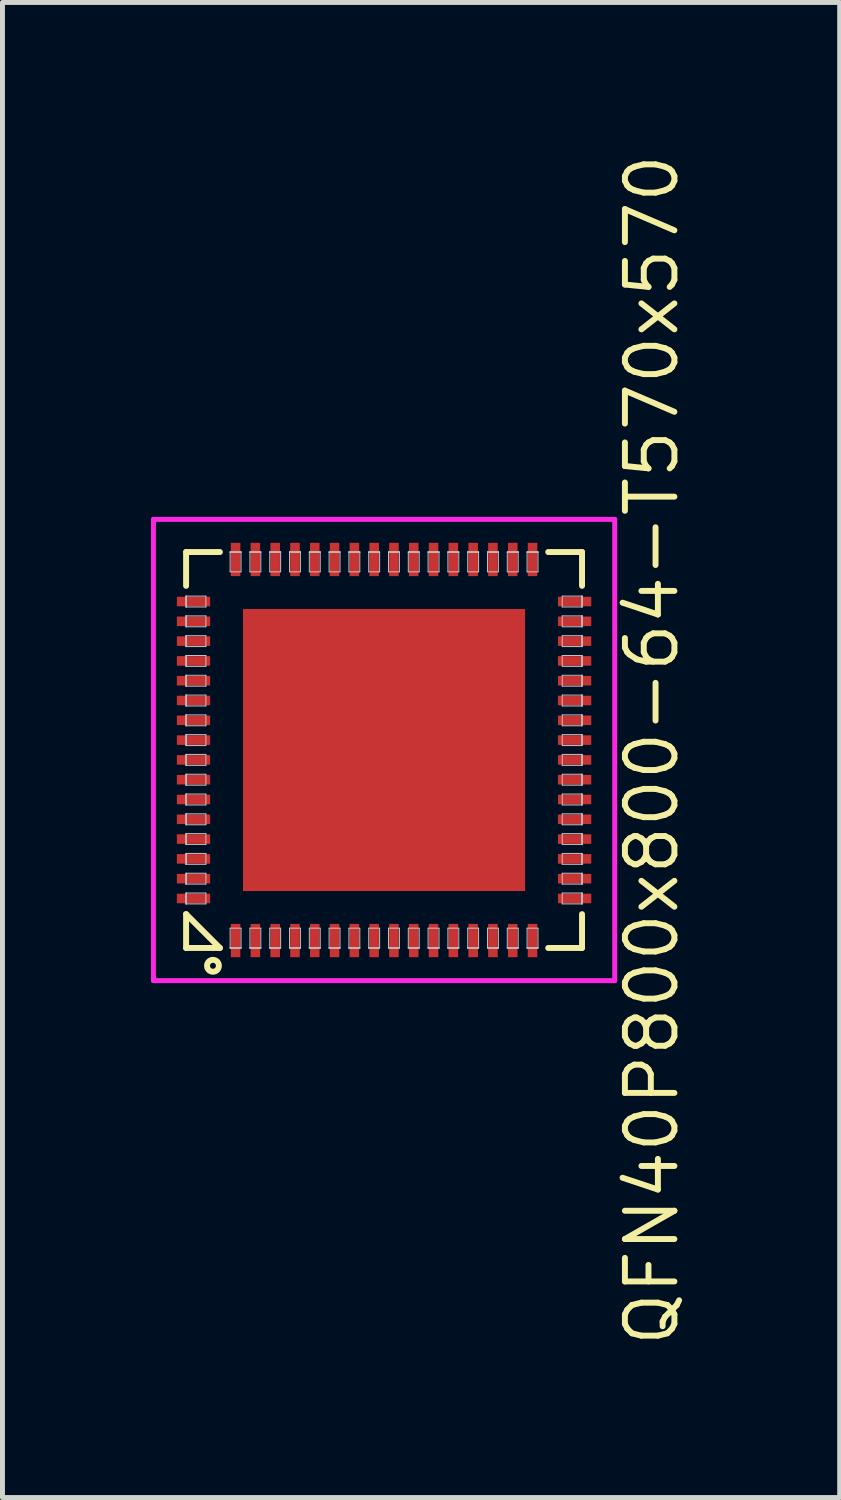
<source format=kicad_pcb>
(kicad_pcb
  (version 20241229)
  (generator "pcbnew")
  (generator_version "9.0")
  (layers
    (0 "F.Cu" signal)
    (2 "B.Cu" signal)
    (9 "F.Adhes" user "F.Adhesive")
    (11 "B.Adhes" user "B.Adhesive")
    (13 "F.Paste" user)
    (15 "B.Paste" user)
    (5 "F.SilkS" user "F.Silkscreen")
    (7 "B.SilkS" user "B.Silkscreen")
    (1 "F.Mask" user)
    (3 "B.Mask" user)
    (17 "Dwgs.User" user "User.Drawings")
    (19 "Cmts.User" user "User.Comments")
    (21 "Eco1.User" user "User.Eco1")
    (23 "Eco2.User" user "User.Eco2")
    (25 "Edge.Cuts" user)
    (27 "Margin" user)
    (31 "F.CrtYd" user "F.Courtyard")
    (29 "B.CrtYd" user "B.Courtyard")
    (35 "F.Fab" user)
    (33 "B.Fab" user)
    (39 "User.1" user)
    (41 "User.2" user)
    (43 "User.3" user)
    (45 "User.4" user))
  (footprint "QFN40P800x800-64-T570x570"
    (layer "F.Cu")
    (at 4.71 12.104)
    (property "Reference" "QFN40P800x800-64-T570x570" (at 5.41 0 90) (layer "F.SilkS") (effects (font (size 1 1) (thickness 0.12))))
    (attr through_hole)
    (fp_line (start -4 -4) (end -4 -3.317) (stroke (width 0.12) (type solid)) (layer "F.SilkS"))
    (fp_line (start -4 -4) (end -3.317 -4) (stroke (width 0.12) (type solid)) (layer "F.SilkS"))
    (fp_line (start -4 3.317) (end -3.317 4) (stroke (width 0.12) (type solid)) (layer "F.SilkS"))
    (fp_line (start -4 4) (end -4 3.317) (stroke (width 0.12) (type solid)) (layer "F.SilkS"))
    (fp_line (start -4 4) (end -3.317 4) (stroke (width 0.12) (type solid)) (layer "F.SilkS"))
    (fp_line (start 4 -4) (end 3.317 -4) (stroke (width 0.12) (type solid)) (layer "F.SilkS"))
    (fp_line (start 4 -4) (end 4 -3.317) (stroke (width 0.12) (type solid)) (layer "F.SilkS"))
    (fp_line (start 4 4) (end 3.317 4) (stroke (width 0.12) (type solid)) (layer "F.SilkS"))
    (fp_line (start 4 4) (end 4 3.317) (stroke (width 0.12) (type solid)) (layer "F.SilkS"))
    (fp_circle (center -3.457 4.36) (end -3.337 4.36) (stroke (width 0.12) (type solid)) (fill no) (layer "F.SilkS"))
    (fp_line (start -4 -3.11) (end -4 -3.11) (stroke (width 0.02) (type solid)) (layer "Dwgs.User"))
    (fp_line (start -4 -3.11) (end -4 -2.89) (stroke (width 0.02) (type solid)) (layer "Dwgs.User"))
    (fp_line (start -4 -3.11) (end -3.6 -3.11) (stroke (width 0.02) (type solid)) (layer "Dwgs.User"))
    (fp_line (start -4 -2.89) (end -4 -3.11) (stroke (width 0.02) (type solid)) (layer "Dwgs.User"))
    (fp_line (start -4 -2.89) (end -4 -3.11) (stroke (width 0.02) (type solid)) (layer "Dwgs.User"))
    (fp_line (start -4 -2.89) (end -4 -2.89) (stroke (width 0.02) (type solid)) (layer "Dwgs.User"))
    (fp_line (start -4 -2.71) (end -4 -2.71) (stroke (width 0.02) (type solid)) (layer "Dwgs.User"))
    (fp_line (start -4 -2.71) (end -4 -2.49) (stroke (width 0.02) (type solid)) (layer "Dwgs.User"))
    (fp_line (start -4 -2.71) (end -3.6 -2.71) (stroke (width 0.02) (type solid)) (layer "Dwgs.User"))
    (fp_line (start -4 -2.49) (end -4 -2.71) (stroke (width 0.02) (type solid)) (layer "Dwgs.User"))
    (fp_line (start -4 -2.49) (end -4 -2.71) (stroke (width 0.02) (type solid)) (layer "Dwgs.User"))
    (fp_line (start -4 -2.49) (end -4 -2.49) (stroke (width 0.02) (type solid)) (layer "Dwgs.User"))
    (fp_line (start -4 -2.31) (end -4 -2.31) (stroke (width 0.02) (type solid)) (layer "Dwgs.User"))
    (fp_line (start -4 -2.31) (end -4 -2.09) (stroke (width 0.02) (type solid)) (layer "Dwgs.User"))
    (fp_line (start -4 -2.31) (end -3.6 -2.31) (stroke (width 0.02) (type solid)) (layer "Dwgs.User"))
    (fp_line (start -4 -2.09) (end -4 -2.31) (stroke (width 0.02) (type solid)) (layer "Dwgs.User"))
    (fp_line (start -4 -2.09) (end -4 -2.31) (stroke (width 0.02) (type solid)) (layer "Dwgs.User"))
    (fp_line (start -4 -2.09) (end -4 -2.09) (stroke (width 0.02) (type solid)) (layer "Dwgs.User"))
    (fp_line (start -4 -1.91) (end -4 -1.91) (stroke (width 0.02) (type solid)) (layer "Dwgs.User"))
    (fp_line (start -4 -1.91) (end -4 -1.69) (stroke (width 0.02) (type solid)) (layer "Dwgs.User"))
    (fp_line (start -4 -1.91) (end -3.6 -1.91) (stroke (width 0.02) (type solid)) (layer "Dwgs.User"))
    (fp_line (start -4 -1.69) (end -4 -1.91) (stroke (width 0.02) (type solid)) (layer "Dwgs.User"))
    (fp_line (start -4 -1.69) (end -4 -1.91) (stroke (width 0.02) (type solid)) (layer "Dwgs.User"))
    (fp_line (start -4 -1.69) (end -4 -1.69) (stroke (width 0.02) (type solid)) (layer "Dwgs.User"))
    (fp_line (start -4 -1.51) (end -4 -1.51) (stroke (width 0.02) (type solid)) (layer "Dwgs.User"))
    (fp_line (start -4 -1.51) (end -4 -1.29) (stroke (width 0.02) (type solid)) (layer "Dwgs.User"))
    (fp_line (start -4 -1.51) (end -3.6 -1.51) (stroke (width 0.02) (type solid)) (layer "Dwgs.User"))
    (fp_line (start -4 -1.29) (end -4 -1.51) (stroke (width 0.02) (type solid)) (layer "Dwgs.User"))
    (fp_line (start -4 -1.29) (end -4 -1.51) (stroke (width 0.02) (type solid)) (layer "Dwgs.User"))
    (fp_line (start -4 -1.29) (end -4 -1.29) (stroke (width 0.02) (type solid)) (layer "Dwgs.User"))
    (fp_line (start -4 -1.11) (end -4 -1.11) (stroke (width 0.02) (type solid)) (layer "Dwgs.User"))
    (fp_line (start -4 -1.11) (end -4 -0.89) (stroke (width 0.02) (type solid)) (layer "Dwgs.User"))
    (fp_line (start -4 -1.11) (end -3.6 -1.11) (stroke (width 0.02) (type solid)) (layer "Dwgs.User"))
    (fp_line (start -4 -0.89) (end -4 -1.11) (stroke (width 0.02) (type solid)) (layer "Dwgs.User"))
    (fp_line (start -4 -0.89) (end -4 -1.11) (stroke (width 0.02) (type solid)) (layer "Dwgs.User"))
    (fp_line (start -4 -0.89) (end -4 -0.89) (stroke (width 0.02) (type solid)) (layer "Dwgs.User"))
    (fp_line (start -4 -0.71) (end -4 -0.71) (stroke (width 0.02) (type solid)) (layer "Dwgs.User"))
    (fp_line (start -4 -0.71) (end -4 -0.49) (stroke (width 0.02) (type solid)) (layer "Dwgs.User"))
    (fp_line (start -4 -0.71) (end -3.6 -0.71) (stroke (width 0.02) (type solid)) (layer "Dwgs.User"))
    (fp_line (start -4 -0.49) (end -4 -0.71) (stroke (width 0.02) (type solid)) (layer "Dwgs.User"))
    (fp_line (start -4 -0.49) (end -4 -0.71) (stroke (width 0.02) (type solid)) (layer "Dwgs.User"))
    (fp_line (start -4 -0.49) (end -4 -0.49) (stroke (width 0.02) (type solid)) (layer "Dwgs.User"))
    (fp_line (start -4 -0.31) (end -4 -0.31) (stroke (width 0.02) (type solid)) (layer "Dwgs.User"))
    (fp_line (start -4 -0.31) (end -4 -0.09) (stroke (width 0.02) (type solid)) (layer "Dwgs.User"))
    (fp_line (start -4 -0.31) (end -3.6 -0.31) (stroke (width 0.02) (type solid)) (layer "Dwgs.User"))
    (fp_line (start -4 -0.09) (end -4 -0.31) (stroke (width 0.02) (type solid)) (layer "Dwgs.User"))
    (fp_line (start -4 -0.09) (end -4 -0.31) (stroke (width 0.02) (type solid)) (layer "Dwgs.User"))
    (fp_line (start -4 -0.09) (end -4 -0.09) (stroke (width 0.02) (type solid)) (layer "Dwgs.User"))
    (fp_line (start -4 0.09) (end -4 0.09) (stroke (width 0.02) (type solid)) (layer "Dwgs.User"))
    (fp_line (start -4 0.09) (end -4 0.31) (stroke (width 0.02) (type solid)) (layer "Dwgs.User"))
    (fp_line (start -4 0.09) (end -3.6 0.09) (stroke (width 0.02) (type solid)) (layer "Dwgs.User"))
    (fp_line (start -4 0.31) (end -4 0.09) (stroke (width 0.02) (type solid)) (layer "Dwgs.User"))
    (fp_line (start -4 0.31) (end -4 0.09) (stroke (width 0.02) (type solid)) (layer "Dwgs.User"))
    (fp_line (start -4 0.31) (end -4 0.31) (stroke (width 0.02) (type solid)) (layer "Dwgs.User"))
    (fp_line (start -4 0.49) (end -4 0.49) (stroke (width 0.02) (type solid)) (layer "Dwgs.User"))
    (fp_line (start -4 0.49) (end -4 0.71) (stroke (width 0.02) (type solid)) (layer "Dwgs.User"))
    (fp_line (start -4 0.49) (end -3.6 0.49) (stroke (width 0.02) (type solid)) (layer "Dwgs.User"))
    (fp_line (start -4 0.71) (end -4 0.49) (stroke (width 0.02) (type solid)) (layer "Dwgs.User"))
    (fp_line (start -4 0.71) (end -4 0.49) (stroke (width 0.02) (type solid)) (layer "Dwgs.User"))
    (fp_line (start -4 0.71) (end -4 0.71) (stroke (width 0.02) (type solid)) (layer "Dwgs.User"))
    (fp_line (start -4 0.89) (end -4 0.89) (stroke (width 0.02) (type solid)) (layer "Dwgs.User"))
    (fp_line (start -4 0.89) (end -4 1.11) (stroke (width 0.02) (type solid)) (layer "Dwgs.User"))
    (fp_line (start -4 0.89) (end -3.6 0.89) (stroke (width 0.02) (type solid)) (layer "Dwgs.User"))
    (fp_line (start -4 1.11) (end -4 0.89) (stroke (width 0.02) (type solid)) (layer "Dwgs.User"))
    (fp_line (start -4 1.11) (end -4 0.89) (stroke (width 0.02) (type solid)) (layer "Dwgs.User"))
    (fp_line (start -4 1.11) (end -4 1.11) (stroke (width 0.02) (type solid)) (layer "Dwgs.User"))
    (fp_line (start -4 1.29) (end -4 1.29) (stroke (width 0.02) (type solid)) (layer "Dwgs.User"))
    (fp_line (start -4 1.29) (end -4 1.51) (stroke (width 0.02) (type solid)) (layer "Dwgs.User"))
    (fp_line (start -4 1.29) (end -3.6 1.29) (stroke (width 0.02) (type solid)) (layer "Dwgs.User"))
    (fp_line (start -4 1.51) (end -4 1.29) (stroke (width 0.02) (type solid)) (layer "Dwgs.User"))
    (fp_line (start -4 1.51) (end -4 1.29) (stroke (width 0.02) (type solid)) (layer "Dwgs.User"))
    (fp_line (start -4 1.51) (end -4 1.51) (stroke (width 0.02) (type solid)) (layer "Dwgs.User"))
    (fp_line (start -4 1.69) (end -4 1.69) (stroke (width 0.02) (type solid)) (layer "Dwgs.User"))
    (fp_line (start -4 1.69) (end -4 1.91) (stroke (width 0.02) (type solid)) (layer "Dwgs.User"))
    (fp_line (start -4 1.69) (end -3.6 1.69) (stroke (width 0.02) (type solid)) (layer "Dwgs.User"))
    (fp_line (start -4 1.91) (end -4 1.69) (stroke (width 0.02) (type solid)) (layer "Dwgs.User"))
    (fp_line (start -4 1.91) (end -4 1.69) (stroke (width 0.02) (type solid)) (layer "Dwgs.User"))
    (fp_line (start -4 1.91) (end -4 1.91) (stroke (width 0.02) (type solid)) (layer "Dwgs.User"))
    (fp_line (start -4 2.09) (end -4 2.09) (stroke (width 0.02) (type solid)) (layer "Dwgs.User"))
    (fp_line (start -4 2.09) (end -4 2.31) (stroke (width 0.02) (type solid)) (layer "Dwgs.User"))
    (fp_line (start -4 2.09) (end -3.6 2.09) (stroke (width 0.02) (type solid)) (layer "Dwgs.User"))
    (fp_line (start -4 2.31) (end -4 2.09) (stroke (width 0.02) (type solid)) (layer "Dwgs.User"))
    (fp_line (start -4 2.31) (end -4 2.09) (stroke (width 0.02) (type solid)) (layer "Dwgs.User"))
    (fp_line (start -4 2.31) (end -4 2.31) (stroke (width 0.02) (type solid)) (layer "Dwgs.User"))
    (fp_line (start -4 2.49) (end -4 2.49) (stroke (width 0.02) (type solid)) (layer "Dwgs.User"))
    (fp_line (start -4 2.49) (end -4 2.71) (stroke (width 0.02) (type solid)) (layer "Dwgs.User"))
    (fp_line (start -4 2.49) (end -3.6 2.49) (stroke (width 0.02) (type solid)) (layer "Dwgs.User"))
    (fp_line (start -4 2.71) (end -4 2.49) (stroke (width 0.02) (type solid)) (layer "Dwgs.User"))
    (fp_line (start -4 2.71) (end -4 2.49) (stroke (width 0.02) (type solid)) (layer "Dwgs.User"))
    (fp_line (start -4 2.71) (end -4 2.71) (stroke (width 0.02) (type solid)) (layer "Dwgs.User"))
    (fp_line (start -4 2.89) (end -4 2.89) (stroke (width 0.02) (type solid)) (layer "Dwgs.User"))
    (fp_line (start -4 2.89) (end -4 3.11) (stroke (width 0.02) (type solid)) (layer "Dwgs.User"))
    (fp_line (start -4 2.89) (end -3.6 2.89) (stroke (width 0.02) (type solid)) (layer "Dwgs.User"))
    (fp_line (start -4 3.11) (end -4 2.89) (stroke (width 0.02) (type solid)) (layer "Dwgs.User"))
    (fp_line (start -4 3.11) (end -4 2.89) (stroke (width 0.02) (type solid)) (layer "Dwgs.User"))
    (fp_line (start -4 3.11) (end -4 3.11) (stroke (width 0.02) (type solid)) (layer "Dwgs.User"))
    (fp_line (start -3.6 -3.11) (end -3.6 -2.89) (stroke (width 0.02) (type solid)) (layer "Dwgs.User"))
    (fp_line (start -3.6 -2.89) (end -4 -2.89) (stroke (width 0.02) (type solid)) (layer "Dwgs.User"))
    (fp_line (start -3.6 -2.71) (end -3.6 -2.49) (stroke (width 0.02) (type solid)) (layer "Dwgs.User"))
    (fp_line (start -3.6 -2.49) (end -4 -2.49) (stroke (width 0.02) (type solid)) (layer "Dwgs.User"))
    (fp_line (start -3.6 -2.31) (end -3.6 -2.09) (stroke (width 0.02) (type solid)) (layer "Dwgs.User"))
    (fp_line (start -3.6 -2.09) (end -4 -2.09) (stroke (width 0.02) (type solid)) (layer "Dwgs.User"))
    (fp_line (start -3.6 -1.91) (end -3.6 -1.69) (stroke (width 0.02) (type solid)) (layer "Dwgs.User"))
    (fp_line (start -3.6 -1.69) (end -4 -1.69) (stroke (width 0.02) (type solid)) (layer "Dwgs.User"))
    (fp_line (start -3.6 -1.51) (end -3.6 -1.29) (stroke (width 0.02) (type solid)) (layer "Dwgs.User"))
    (fp_line (start -3.6 -1.29) (end -4 -1.29) (stroke (width 0.02) (type solid)) (layer "Dwgs.User"))
    (fp_line (start -3.6 -1.11) (end -3.6 -0.89) (stroke (width 0.02) (type solid)) (layer "Dwgs.User"))
    (fp_line (start -3.6 -0.89) (end -4 -0.89) (stroke (width 0.02) (type solid)) (layer "Dwgs.User"))
    (fp_line (start -3.6 -0.71) (end -3.6 -0.49) (stroke (width 0.02) (type solid)) (layer "Dwgs.User"))
    (fp_line (start -3.6 -0.49) (end -4 -0.49) (stroke (width 0.02) (type solid)) (layer "Dwgs.User"))
    (fp_line (start -3.6 -0.31) (end -3.6 -0.09) (stroke (width 0.02) (type solid)) (layer "Dwgs.User"))
    (fp_line (start -3.6 -0.09) (end -4 -0.09) (stroke (width 0.02) (type solid)) (layer "Dwgs.User"))
    (fp_line (start -3.6 0.09) (end -3.6 0.31) (stroke (width 0.02) (type solid)) (layer "Dwgs.User"))
    (fp_line (start -3.6 0.31) (end -4 0.31) (stroke (width 0.02) (type solid)) (layer "Dwgs.User"))
    (fp_line (start -3.6 0.49) (end -3.6 0.71) (stroke (width 0.02) (type solid)) (layer "Dwgs.User"))
    (fp_line (start -3.6 0.71) (end -4 0.71) (stroke (width 0.02) (type solid)) (layer "Dwgs.User"))
    (fp_line (start -3.6 0.89) (end -3.6 1.11) (stroke (width 0.02) (type solid)) (layer "Dwgs.User"))
    (fp_line (start -3.6 1.11) (end -4 1.11) (stroke (width 0.02) (type solid)) (layer "Dwgs.User"))
    (fp_line (start -3.6 1.29) (end -3.6 1.51) (stroke (width 0.02) (type solid)) (layer "Dwgs.User"))
    (fp_line (start -3.6 1.51) (end -4 1.51) (stroke (width 0.02) (type solid)) (layer "Dwgs.User"))
    (fp_line (start -3.6 1.69) (end -3.6 1.91) (stroke (width 0.02) (type solid)) (layer "Dwgs.User"))
    (fp_line (start -3.6 1.91) (end -4 1.91) (stroke (width 0.02) (type solid)) (layer "Dwgs.User"))
    (fp_line (start -3.6 2.09) (end -3.6 2.31) (stroke (width 0.02) (type solid)) (layer "Dwgs.User"))
    (fp_line (start -3.6 2.31) (end -4 2.31) (stroke (width 0.02) (type solid)) (layer "Dwgs.User"))
    (fp_line (start -3.6 2.49) (end -3.6 2.71) (stroke (width 0.02) (type solid)) (layer "Dwgs.User"))
    (fp_line (start -3.6 2.71) (end -4 2.71) (stroke (width 0.02) (type solid)) (layer "Dwgs.User"))
    (fp_line (start -3.6 2.89) (end -3.6 3.11) (stroke (width 0.02) (type solid)) (layer "Dwgs.User"))
    (fp_line (start -3.6 3.11) (end -4 3.11) (stroke (width 0.02) (type solid)) (layer "Dwgs.User"))
    (fp_line (start -3.11 -4) (end -3.11 -4) (stroke (width 0.02) (type solid)) (layer "Dwgs.User"))
    (fp_line (start -3.11 -4) (end -2.89 -4) (stroke (width 0.02) (type solid)) (layer "Dwgs.User"))
    (fp_line (start -3.11 -4) (end -2.89 -4) (stroke (width 0.02) (type solid)) (layer "Dwgs.User"))
    (fp_line (start -3.11 -3.6) (end -3.11 -4) (stroke (width 0.02) (type solid)) (layer "Dwgs.User"))
    (fp_line (start -3.11 3.6) (end -3.11 4) (stroke (width 0.02) (type solid)) (layer "Dwgs.User"))
    (fp_line (start -3.11 4) (end -3.11 4) (stroke (width 0.02) (type solid)) (layer "Dwgs.User"))
    (fp_line (start -3.11 4) (end -2.89 4) (stroke (width 0.02) (type solid)) (layer "Dwgs.User"))
    (fp_line (start -3.11 4) (end -2.89 4) (stroke (width 0.02) (type solid)) (layer "Dwgs.User"))
    (fp_line (start -2.89 -4) (end -3.11 -4) (stroke (width 0.02) (type solid)) (layer "Dwgs.User"))
    (fp_line (start -2.89 -4) (end -2.89 -4) (stroke (width 0.02) (type solid)) (layer "Dwgs.User"))
    (fp_line (start -2.89 -4) (end -2.89 -3.6) (stroke (width 0.02) (type solid)) (layer "Dwgs.User"))
    (fp_line (start -2.89 -3.6) (end -3.11 -3.6) (stroke (width 0.02) (type solid)) (layer "Dwgs.User"))
    (fp_line (start -2.89 3.6) (end -3.11 3.6) (stroke (width 0.02) (type solid)) (layer "Dwgs.User"))
    (fp_line (start -2.89 4) (end -3.11 4) (stroke (width 0.02) (type solid)) (layer "Dwgs.User"))
    (fp_line (start -2.89 4) (end -2.89 3.6) (stroke (width 0.02) (type solid)) (layer "Dwgs.User"))
    (fp_line (start -2.89 4) (end -2.89 4) (stroke (width 0.02) (type solid)) (layer "Dwgs.User"))
    (fp_line (start -2.71 -4) (end -2.71 -4) (stroke (width 0.02) (type solid)) (layer "Dwgs.User"))
    (fp_line (start -2.71 -4) (end -2.49 -4) (stroke (width 0.02) (type solid)) (layer "Dwgs.User"))
    (fp_line (start -2.71 -4) (end -2.49 -4) (stroke (width 0.02) (type solid)) (layer "Dwgs.User"))
    (fp_line (start -2.71 -3.6) (end -2.71 -4) (stroke (width 0.02) (type solid)) (layer "Dwgs.User"))
    (fp_line (start -2.71 3.6) (end -2.71 4) (stroke (width 0.02) (type solid)) (layer "Dwgs.User"))
    (fp_line (start -2.71 4) (end -2.71 4) (stroke (width 0.02) (type solid)) (layer "Dwgs.User"))
    (fp_line (start -2.71 4) (end -2.49 4) (stroke (width 0.02) (type solid)) (layer "Dwgs.User"))
    (fp_line (start -2.71 4) (end -2.49 4) (stroke (width 0.02) (type solid)) (layer "Dwgs.User"))
    (fp_line (start -2.49 -4) (end -2.71 -4) (stroke (width 0.02) (type solid)) (layer "Dwgs.User"))
    (fp_line (start -2.49 -4) (end -2.49 -4) (stroke (width 0.02) (type solid)) (layer "Dwgs.User"))
    (fp_line (start -2.49 -4) (end -2.49 -3.6) (stroke (width 0.02) (type solid)) (layer "Dwgs.User"))
    (fp_line (start -2.49 -3.6) (end -2.71 -3.6) (stroke (width 0.02) (type solid)) (layer "Dwgs.User"))
    (fp_line (start -2.49 3.6) (end -2.71 3.6) (stroke (width 0.02) (type solid)) (layer "Dwgs.User"))
    (fp_line (start -2.49 4) (end -2.71 4) (stroke (width 0.02) (type solid)) (layer "Dwgs.User"))
    (fp_line (start -2.49 4) (end -2.49 3.6) (stroke (width 0.02) (type solid)) (layer "Dwgs.User"))
    (fp_line (start -2.49 4) (end -2.49 4) (stroke (width 0.02) (type solid)) (layer "Dwgs.User"))
    (fp_line (start -2.31 -4) (end -2.31 -4) (stroke (width 0.02) (type solid)) (layer "Dwgs.User"))
    (fp_line (start -2.31 -4) (end -2.09 -4) (stroke (width 0.02) (type solid)) (layer "Dwgs.User"))
    (fp_line (start -2.31 -4) (end -2.09 -4) (stroke (width 0.02) (type solid)) (layer "Dwgs.User"))
    (fp_line (start -2.31 -3.6) (end -2.31 -4) (stroke (width 0.02) (type solid)) (layer "Dwgs.User"))
    (fp_line (start -2.31 3.6) (end -2.31 4) (stroke (width 0.02) (type solid)) (layer "Dwgs.User"))
    (fp_line (start -2.31 4) (end -2.31 4) (stroke (width 0.02) (type solid)) (layer "Dwgs.User"))
    (fp_line (start -2.31 4) (end -2.09 4) (stroke (width 0.02) (type solid)) (layer "Dwgs.User"))
    (fp_line (start -2.31 4) (end -2.09 4) (stroke (width 0.02) (type solid)) (layer "Dwgs.User"))
    (fp_line (start -2.09 -4) (end -2.31 -4) (stroke (width 0.02) (type solid)) (layer "Dwgs.User"))
    (fp_line (start -2.09 -4) (end -2.09 -4) (stroke (width 0.02) (type solid)) (layer "Dwgs.User"))
    (fp_line (start -2.09 -4) (end -2.09 -3.6) (stroke (width 0.02) (type solid)) (layer "Dwgs.User"))
    (fp_line (start -2.09 -3.6) (end -2.31 -3.6) (stroke (width 0.02) (type solid)) (layer "Dwgs.User"))
    (fp_line (start -2.09 3.6) (end -2.31 3.6) (stroke (width 0.02) (type solid)) (layer "Dwgs.User"))
    (fp_line (start -2.09 4) (end -2.31 4) (stroke (width 0.02) (type solid)) (layer "Dwgs.User"))
    (fp_line (start -2.09 4) (end -2.09 3.6) (stroke (width 0.02) (type solid)) (layer "Dwgs.User"))
    (fp_line (start -2.09 4) (end -2.09 4) (stroke (width 0.02) (type solid)) (layer "Dwgs.User"))
    (fp_line (start -1.91 -4) (end -1.91 -4) (stroke (width 0.02) (type solid)) (layer "Dwgs.User"))
    (fp_line (start -1.91 -4) (end -1.69 -4) (stroke (width 0.02) (type solid)) (layer "Dwgs.User"))
    (fp_line (start -1.91 -4) (end -1.69 -4) (stroke (width 0.02) (type solid)) (layer "Dwgs.User"))
    (fp_line (start -1.91 -3.6) (end -1.91 -4) (stroke (width 0.02) (type solid)) (layer "Dwgs.User"))
    (fp_line (start -1.91 3.6) (end -1.91 4) (stroke (width 0.02) (type solid)) (layer "Dwgs.User"))
    (fp_line (start -1.91 4) (end -1.91 4) (stroke (width 0.02) (type solid)) (layer "Dwgs.User"))
    (fp_line (start -1.91 4) (end -1.69 4) (stroke (width 0.02) (type solid)) (layer "Dwgs.User"))
    (fp_line (start -1.91 4) (end -1.69 4) (stroke (width 0.02) (type solid)) (layer "Dwgs.User"))
    (fp_line (start -1.69 -4) (end -1.91 -4) (stroke (width 0.02) (type solid)) (layer "Dwgs.User"))
    (fp_line (start -1.69 -4) (end -1.69 -4) (stroke (width 0.02) (type solid)) (layer "Dwgs.User"))
    (fp_line (start -1.69 -4) (end -1.69 -3.6) (stroke (width 0.02) (type solid)) (layer "Dwgs.User"))
    (fp_line (start -1.69 -3.6) (end -1.91 -3.6) (stroke (width 0.02) (type solid)) (layer "Dwgs.User"))
    (fp_line (start -1.69 3.6) (end -1.91 3.6) (stroke (width 0.02) (type solid)) (layer "Dwgs.User"))
    (fp_line (start -1.69 4) (end -1.91 4) (stroke (width 0.02) (type solid)) (layer "Dwgs.User"))
    (fp_line (start -1.69 4) (end -1.69 3.6) (stroke (width 0.02) (type solid)) (layer "Dwgs.User"))
    (fp_line (start -1.69 4) (end -1.69 4) (stroke (width 0.02) (type solid)) (layer "Dwgs.User"))
    (fp_line (start -1.51 -4) (end -1.51 -4) (stroke (width 0.02) (type solid)) (layer "Dwgs.User"))
    (fp_line (start -1.51 -4) (end -1.29 -4) (stroke (width 0.02) (type solid)) (layer "Dwgs.User"))
    (fp_line (start -1.51 -4) (end -1.29 -4) (stroke (width 0.02) (type solid)) (layer "Dwgs.User"))
    (fp_line (start -1.51 -3.6) (end -1.51 -4) (stroke (width 0.02) (type solid)) (layer "Dwgs.User"))
    (fp_line (start -1.51 3.6) (end -1.51 4) (stroke (width 0.02) (type solid)) (layer "Dwgs.User"))
    (fp_line (start -1.51 4) (end -1.51 4) (stroke (width 0.02) (type solid)) (layer "Dwgs.User"))
    (fp_line (start -1.51 4) (end -1.29 4) (stroke (width 0.02) (type solid)) (layer "Dwgs.User"))
    (fp_line (start -1.51 4) (end -1.29 4) (stroke (width 0.02) (type solid)) (layer "Dwgs.User"))
    (fp_line (start -1.29 -4) (end -1.51 -4) (stroke (width 0.02) (type solid)) (layer "Dwgs.User"))
    (fp_line (start -1.29 -4) (end -1.29 -4) (stroke (width 0.02) (type solid)) (layer "Dwgs.User"))
    (fp_line (start -1.29 -4) (end -1.29 -3.6) (stroke (width 0.02) (type solid)) (layer "Dwgs.User"))
    (fp_line (start -1.29 -3.6) (end -1.51 -3.6) (stroke (width 0.02) (type solid)) (layer "Dwgs.User"))
    (fp_line (start -1.29 3.6) (end -1.51 3.6) (stroke (width 0.02) (type solid)) (layer "Dwgs.User"))
    (fp_line (start -1.29 4) (end -1.51 4) (stroke (width 0.02) (type solid)) (layer "Dwgs.User"))
    (fp_line (start -1.29 4) (end -1.29 3.6) (stroke (width 0.02) (type solid)) (layer "Dwgs.User"))
    (fp_line (start -1.29 4) (end -1.29 4) (stroke (width 0.02) (type solid)) (layer "Dwgs.User"))
    (fp_line (start -1.11 -4) (end -1.11 -4) (stroke (width 0.02) (type solid)) (layer "Dwgs.User"))
    (fp_line (start -1.11 -4) (end -0.89 -4) (stroke (width 0.02) (type solid)) (layer "Dwgs.User"))
    (fp_line (start -1.11 -4) (end -0.89 -4) (stroke (width 0.02) (type solid)) (layer "Dwgs.User"))
    (fp_line (start -1.11 -3.6) (end -1.11 -4) (stroke (width 0.02) (type solid)) (layer "Dwgs.User"))
    (fp_line (start -1.11 3.6) (end -1.11 4) (stroke (width 0.02) (type solid)) (layer "Dwgs.User"))
    (fp_line (start -1.11 4) (end -1.11 4) (stroke (width 0.02) (type solid)) (layer "Dwgs.User"))
    (fp_line (start -1.11 4) (end -0.89 4) (stroke (width 0.02) (type solid)) (layer "Dwgs.User"))
    (fp_line (start -1.11 4) (end -0.89 4) (stroke (width 0.02) (type solid)) (layer "Dwgs.User"))
    (fp_line (start -0.89 -4) (end -1.11 -4) (stroke (width 0.02) (type solid)) (layer "Dwgs.User"))
    (fp_line (start -0.89 -4) (end -0.89 -4) (stroke (width 0.02) (type solid)) (layer "Dwgs.User"))
    (fp_line (start -0.89 -4) (end -0.89 -3.6) (stroke (width 0.02) (type solid)) (layer "Dwgs.User"))
    (fp_line (start -0.89 -3.6) (end -1.11 -3.6) (stroke (width 0.02) (type solid)) (layer "Dwgs.User"))
    (fp_line (start -0.89 3.6) (end -1.11 3.6) (stroke (width 0.02) (type solid)) (layer "Dwgs.User"))
    (fp_line (start -0.89 4) (end -1.11 4) (stroke (width 0.02) (type solid)) (layer "Dwgs.User"))
    (fp_line (start -0.89 4) (end -0.89 3.6) (stroke (width 0.02) (type solid)) (layer "Dwgs.User"))
    (fp_line (start -0.89 4) (end -0.89 4) (stroke (width 0.02) (type solid)) (layer "Dwgs.User"))
    (fp_line (start -0.71 -4) (end -0.71 -4) (stroke (width 0.02) (type solid)) (layer "Dwgs.User"))
    (fp_line (start -0.71 -4) (end -0.49 -4) (stroke (width 0.02) (type solid)) (layer "Dwgs.User"))
    (fp_line (start -0.71 -4) (end -0.49 -4) (stroke (width 0.02) (type solid)) (layer "Dwgs.User"))
    (fp_line (start -0.71 -3.6) (end -0.71 -4) (stroke (width 0.02) (type solid)) (layer "Dwgs.User"))
    (fp_line (start -0.71 3.6) (end -0.71 4) (stroke (width 0.02) (type solid)) (layer "Dwgs.User"))
    (fp_line (start -0.71 4) (end -0.71 4) (stroke (width 0.02) (type solid)) (layer "Dwgs.User"))
    (fp_line (start -0.71 4) (end -0.49 4) (stroke (width 0.02) (type solid)) (layer "Dwgs.User"))
    (fp_line (start -0.71 4) (end -0.49 4) (stroke (width 0.02) (type solid)) (layer "Dwgs.User"))
    (fp_line (start -0.49 -4) (end -0.71 -4) (stroke (width 0.02) (type solid)) (layer "Dwgs.User"))
    (fp_line (start -0.49 -4) (end -0.49 -4) (stroke (width 0.02) (type solid)) (layer "Dwgs.User"))
    (fp_line (start -0.49 -4) (end -0.49 -3.6) (stroke (width 0.02) (type solid)) (layer "Dwgs.User"))
    (fp_line (start -0.49 -3.6) (end -0.71 -3.6) (stroke (width 0.02) (type solid)) (layer "Dwgs.User"))
    (fp_line (start -0.49 3.6) (end -0.71 3.6) (stroke (width 0.02) (type solid)) (layer "Dwgs.User"))
    (fp_line (start -0.49 4) (end -0.71 4) (stroke (width 0.02) (type solid)) (layer "Dwgs.User"))
    (fp_line (start -0.49 4) (end -0.49 3.6) (stroke (width 0.02) (type solid)) (layer "Dwgs.User"))
    (fp_line (start -0.49 4) (end -0.49 4) (stroke (width 0.02) (type solid)) (layer "Dwgs.User"))
    (fp_line (start -0.31 -4) (end -0.31 -4) (stroke (width 0.02) (type solid)) (layer "Dwgs.User"))
    (fp_line (start -0.31 -4) (end -0.09 -4) (stroke (width 0.02) (type solid)) (layer "Dwgs.User"))
    (fp_line (start -0.31 -4) (end -0.09 -4) (stroke (width 0.02) (type solid)) (layer "Dwgs.User"))
    (fp_line (start -0.31 -3.6) (end -0.31 -4) (stroke (width 0.02) (type solid)) (layer "Dwgs.User"))
    (fp_line (start -0.31 3.6) (end -0.31 4) (stroke (width 0.02) (type solid)) (layer "Dwgs.User"))
    (fp_line (start -0.31 4) (end -0.31 4) (stroke (width 0.02) (type solid)) (layer "Dwgs.User"))
    (fp_line (start -0.31 4) (end -0.09 4) (stroke (width 0.02) (type solid)) (layer "Dwgs.User"))
    (fp_line (start -0.31 4) (end -0.09 4) (stroke (width 0.02) (type solid)) (layer "Dwgs.User"))
    (fp_line (start -0.09 -4) (end -0.31 -4) (stroke (width 0.02) (type solid)) (layer "Dwgs.User"))
    (fp_line (start -0.09 -4) (end -0.09 -4) (stroke (width 0.02) (type solid)) (layer "Dwgs.User"))
    (fp_line (start -0.09 -4) (end -0.09 -3.6) (stroke (width 0.02) (type solid)) (layer "Dwgs.User"))
    (fp_line (start -0.09 -3.6) (end -0.31 -3.6) (stroke (width 0.02) (type solid)) (layer "Dwgs.User"))
    (fp_line (start -0.09 3.6) (end -0.31 3.6) (stroke (width 0.02) (type solid)) (layer "Dwgs.User"))
    (fp_line (start -0.09 4) (end -0.31 4) (stroke (width 0.02) (type solid)) (layer "Dwgs.User"))
    (fp_line (start -0.09 4) (end -0.09 3.6) (stroke (width 0.02) (type solid)) (layer "Dwgs.User"))
    (fp_line (start -0.09 4) (end -0.09 4) (stroke (width 0.02) (type solid)) (layer "Dwgs.User"))
    (fp_line (start 0.09 -4) (end 0.09 -4) (stroke (width 0.02) (type solid)) (layer "Dwgs.User"))
    (fp_line (start 0.09 -4) (end 0.31 -4) (stroke (width 0.02) (type solid)) (layer "Dwgs.User"))
    (fp_line (start 0.09 -4) (end 0.31 -4) (stroke (width 0.02) (type solid)) (layer "Dwgs.User"))
    (fp_line (start 0.09 -3.6) (end 0.09 -4) (stroke (width 0.02) (type solid)) (layer "Dwgs.User"))
    (fp_line (start 0.09 3.6) (end 0.09 4) (stroke (width 0.02) (type solid)) (layer "Dwgs.User"))
    (fp_line (start 0.09 4) (end 0.09 4) (stroke (width 0.02) (type solid)) (layer "Dwgs.User"))
    (fp_line (start 0.09 4) (end 0.31 4) (stroke (width 0.02) (type solid)) (layer "Dwgs.User"))
    (fp_line (start 0.09 4) (end 0.31 4) (stroke (width 0.02) (type solid)) (layer "Dwgs.User"))
    (fp_line (start 0.31 -4) (end 0.09 -4) (stroke (width 0.02) (type solid)) (layer "Dwgs.User"))
    (fp_line (start 0.31 -4) (end 0.31 -4) (stroke (width 0.02) (type solid)) (layer "Dwgs.User"))
    (fp_line (start 0.31 -4) (end 0.31 -3.6) (stroke (width 0.02) (type solid)) (layer "Dwgs.User"))
    (fp_line (start 0.31 -3.6) (end 0.09 -3.6) (stroke (width 0.02) (type solid)) (layer "Dwgs.User"))
    (fp_line (start 0.31 3.6) (end 0.09 3.6) (stroke (width 0.02) (type solid)) (layer "Dwgs.User"))
    (fp_line (start 0.31 4) (end 0.09 4) (stroke (width 0.02) (type solid)) (layer "Dwgs.User"))
    (fp_line (start 0.31 4) (end 0.31 3.6) (stroke (width 0.02) (type solid)) (layer "Dwgs.User"))
    (fp_line (start 0.31 4) (end 0.31 4) (stroke (width 0.02) (type solid)) (layer "Dwgs.User"))
    (fp_line (start 0.49 -4) (end 0.49 -4) (stroke (width 0.02) (type solid)) (layer "Dwgs.User"))
    (fp_line (start 0.49 -4) (end 0.71 -4) (stroke (width 0.02) (type solid)) (layer "Dwgs.User"))
    (fp_line (start 0.49 -4) (end 0.71 -4) (stroke (width 0.02) (type solid)) (layer "Dwgs.User"))
    (fp_line (start 0.49 -3.6) (end 0.49 -4) (stroke (width 0.02) (type solid)) (layer "Dwgs.User"))
    (fp_line (start 0.49 3.6) (end 0.49 4) (stroke (width 0.02) (type solid)) (layer "Dwgs.User"))
    (fp_line (start 0.49 4) (end 0.49 4) (stroke (width 0.02) (type solid)) (layer "Dwgs.User"))
    (fp_line (start 0.49 4) (end 0.71 4) (stroke (width 0.02) (type solid)) (layer "Dwgs.User"))
    (fp_line (start 0.49 4) (end 0.71 4) (stroke (width 0.02) (type solid)) (layer "Dwgs.User"))
    (fp_line (start 0.71 -4) (end 0.49 -4) (stroke (width 0.02) (type solid)) (layer "Dwgs.User"))
    (fp_line (start 0.71 -4) (end 0.71 -4) (stroke (width 0.02) (type solid)) (layer "Dwgs.User"))
    (fp_line (start 0.71 -4) (end 0.71 -3.6) (stroke (width 0.02) (type solid)) (layer "Dwgs.User"))
    (fp_line (start 0.71 -3.6) (end 0.49 -3.6) (stroke (width 0.02) (type solid)) (layer "Dwgs.User"))
    (fp_line (start 0.71 3.6) (end 0.49 3.6) (stroke (width 0.02) (type solid)) (layer "Dwgs.User"))
    (fp_line (start 0.71 4) (end 0.49 4) (stroke (width 0.02) (type solid)) (layer "Dwgs.User"))
    (fp_line (start 0.71 4) (end 0.71 3.6) (stroke (width 0.02) (type solid)) (layer "Dwgs.User"))
    (fp_line (start 0.71 4) (end 0.71 4) (stroke (width 0.02) (type solid)) (layer "Dwgs.User"))
    (fp_line (start 0.89 -4) (end 0.89 -4) (stroke (width 0.02) (type solid)) (layer "Dwgs.User"))
    (fp_line (start 0.89 -4) (end 1.11 -4) (stroke (width 0.02) (type solid)) (layer "Dwgs.User"))
    (fp_line (start 0.89 -4) (end 1.11 -4) (stroke (width 0.02) (type solid)) (layer "Dwgs.User"))
    (fp_line (start 0.89 -3.6) (end 0.89 -4) (stroke (width 0.02) (type solid)) (layer "Dwgs.User"))
    (fp_line (start 0.89 3.6) (end 0.89 4) (stroke (width 0.02) (type solid)) (layer "Dwgs.User"))
    (fp_line (start 0.89 4) (end 0.89 4) (stroke (width 0.02) (type solid)) (layer "Dwgs.User"))
    (fp_line (start 0.89 4) (end 1.11 4) (stroke (width 0.02) (type solid)) (layer "Dwgs.User"))
    (fp_line (start 0.89 4) (end 1.11 4) (stroke (width 0.02) (type solid)) (layer "Dwgs.User"))
    (fp_line (start 1.11 -4) (end 0.89 -4) (stroke (width 0.02) (type solid)) (layer "Dwgs.User"))
    (fp_line (start 1.11 -4) (end 1.11 -4) (stroke (width 0.02) (type solid)) (layer "Dwgs.User"))
    (fp_line (start 1.11 -4) (end 1.11 -3.6) (stroke (width 0.02) (type solid)) (layer "Dwgs.User"))
    (fp_line (start 1.11 -3.6) (end 0.89 -3.6) (stroke (width 0.02) (type solid)) (layer "Dwgs.User"))
    (fp_line (start 1.11 3.6) (end 0.89 3.6) (stroke (width 0.02) (type solid)) (layer "Dwgs.User"))
    (fp_line (start 1.11 4) (end 0.89 4) (stroke (width 0.02) (type solid)) (layer "Dwgs.User"))
    (fp_line (start 1.11 4) (end 1.11 3.6) (stroke (width 0.02) (type solid)) (layer "Dwgs.User"))
    (fp_line (start 1.11 4) (end 1.11 4) (stroke (width 0.02) (type solid)) (layer "Dwgs.User"))
    (fp_line (start 1.29 -4) (end 1.29 -4) (stroke (width 0.02) (type solid)) (layer "Dwgs.User"))
    (fp_line (start 1.29 -4) (end 1.51 -4) (stroke (width 0.02) (type solid)) (layer "Dwgs.User"))
    (fp_line (start 1.29 -4) (end 1.51 -4) (stroke (width 0.02) (type solid)) (layer "Dwgs.User"))
    (fp_line (start 1.29 -3.6) (end 1.29 -4) (stroke (width 0.02) (type solid)) (layer "Dwgs.User"))
    (fp_line (start 1.29 3.6) (end 1.29 4) (stroke (width 0.02) (type solid)) (layer "Dwgs.User"))
    (fp_line (start 1.29 4) (end 1.29 4) (stroke (width 0.02) (type solid)) (layer "Dwgs.User"))
    (fp_line (start 1.29 4) (end 1.51 4) (stroke (width 0.02) (type solid)) (layer "Dwgs.User"))
    (fp_line (start 1.29 4) (end 1.51 4) (stroke (width 0.02) (type solid)) (layer "Dwgs.User"))
    (fp_line (start 1.51 -4) (end 1.29 -4) (stroke (width 0.02) (type solid)) (layer "Dwgs.User"))
    (fp_line (start 1.51 -4) (end 1.51 -4) (stroke (width 0.02) (type solid)) (layer "Dwgs.User"))
    (fp_line (start 1.51 -4) (end 1.51 -3.6) (stroke (width 0.02) (type solid)) (layer "Dwgs.User"))
    (fp_line (start 1.51 -3.6) (end 1.29 -3.6) (stroke (width 0.02) (type solid)) (layer "Dwgs.User"))
    (fp_line (start 1.51 3.6) (end 1.29 3.6) (stroke (width 0.02) (type solid)) (layer "Dwgs.User"))
    (fp_line (start 1.51 4) (end 1.29 4) (stroke (width 0.02) (type solid)) (layer "Dwgs.User"))
    (fp_line (start 1.51 4) (end 1.51 3.6) (stroke (width 0.02) (type solid)) (layer "Dwgs.User"))
    (fp_line (start 1.51 4) (end 1.51 4) (stroke (width 0.02) (type solid)) (layer "Dwgs.User"))
    (fp_line (start 1.69 -4) (end 1.69 -4) (stroke (width 0.02) (type solid)) (layer "Dwgs.User"))
    (fp_line (start 1.69 -4) (end 1.91 -4) (stroke (width 0.02) (type solid)) (layer "Dwgs.User"))
    (fp_line (start 1.69 -4) (end 1.91 -4) (stroke (width 0.02) (type solid)) (layer "Dwgs.User"))
    (fp_line (start 1.69 -3.6) (end 1.69 -4) (stroke (width 0.02) (type solid)) (layer "Dwgs.User"))
    (fp_line (start 1.69 3.6) (end 1.69 4) (stroke (width 0.02) (type solid)) (layer "Dwgs.User"))
    (fp_line (start 1.69 4) (end 1.69 4) (stroke (width 0.02) (type solid)) (layer "Dwgs.User"))
    (fp_line (start 1.69 4) (end 1.91 4) (stroke (width 0.02) (type solid)) (layer "Dwgs.User"))
    (fp_line (start 1.69 4) (end 1.91 4) (stroke (width 0.02) (type solid)) (layer "Dwgs.User"))
    (fp_line (start 1.91 -4) (end 1.69 -4) (stroke (width 0.02) (type solid)) (layer "Dwgs.User"))
    (fp_line (start 1.91 -4) (end 1.91 -4) (stroke (width 0.02) (type solid)) (layer "Dwgs.User"))
    (fp_line (start 1.91 -4) (end 1.91 -3.6) (stroke (width 0.02) (type solid)) (layer "Dwgs.User"))
    (fp_line (start 1.91 -3.6) (end 1.69 -3.6) (stroke (width 0.02) (type solid)) (layer "Dwgs.User"))
    (fp_line (start 1.91 3.6) (end 1.69 3.6) (stroke (width 0.02) (type solid)) (layer "Dwgs.User"))
    (fp_line (start 1.91 4) (end 1.69 4) (stroke (width 0.02) (type solid)) (layer "Dwgs.User"))
    (fp_line (start 1.91 4) (end 1.91 3.6) (stroke (width 0.02) (type solid)) (layer "Dwgs.User"))
    (fp_line (start 1.91 4) (end 1.91 4) (stroke (width 0.02) (type solid)) (layer "Dwgs.User"))
    (fp_line (start 2.09 -4) (end 2.09 -4) (stroke (width 0.02) (type solid)) (layer "Dwgs.User"))
    (fp_line (start 2.09 -4) (end 2.31 -4) (stroke (width 0.02) (type solid)) (layer "Dwgs.User"))
    (fp_line (start 2.09 -4) (end 2.31 -4) (stroke (width 0.02) (type solid)) (layer "Dwgs.User"))
    (fp_line (start 2.09 -3.6) (end 2.09 -4) (stroke (width 0.02) (type solid)) (layer "Dwgs.User"))
    (fp_line (start 2.09 3.6) (end 2.09 4) (stroke (width 0.02) (type solid)) (layer "Dwgs.User"))
    (fp_line (start 2.09 4) (end 2.09 4) (stroke (width 0.02) (type solid)) (layer "Dwgs.User"))
    (fp_line (start 2.09 4) (end 2.31 4) (stroke (width 0.02) (type solid)) (layer "Dwgs.User"))
    (fp_line (start 2.09 4) (end 2.31 4) (stroke (width 0.02) (type solid)) (layer "Dwgs.User"))
    (fp_line (start 2.31 -4) (end 2.09 -4) (stroke (width 0.02) (type solid)) (layer "Dwgs.User"))
    (fp_line (start 2.31 -4) (end 2.31 -4) (stroke (width 0.02) (type solid)) (layer "Dwgs.User"))
    (fp_line (start 2.31 -4) (end 2.31 -3.6) (stroke (width 0.02) (type solid)) (layer "Dwgs.User"))
    (fp_line (start 2.31 -3.6) (end 2.09 -3.6) (stroke (width 0.02) (type solid)) (layer "Dwgs.User"))
    (fp_line (start 2.31 3.6) (end 2.09 3.6) (stroke (width 0.02) (type solid)) (layer "Dwgs.User"))
    (fp_line (start 2.31 4) (end 2.09 4) (stroke (width 0.02) (type solid)) (layer "Dwgs.User"))
    (fp_line (start 2.31 4) (end 2.31 3.6) (stroke (width 0.02) (type solid)) (layer "Dwgs.User"))
    (fp_line (start 2.31 4) (end 2.31 4) (stroke (width 0.02) (type solid)) (layer "Dwgs.User"))
    (fp_line (start 2.49 -4) (end 2.49 -4) (stroke (width 0.02) (type solid)) (layer "Dwgs.User"))
    (fp_line (start 2.49 -4) (end 2.71 -4) (stroke (width 0.02) (type solid)) (layer "Dwgs.User"))
    (fp_line (start 2.49 -4) (end 2.71 -4) (stroke (width 0.02) (type solid)) (layer "Dwgs.User"))
    (fp_line (start 2.49 -3.6) (end 2.49 -4) (stroke (width 0.02) (type solid)) (layer "Dwgs.User"))
    (fp_line (start 2.49 3.6) (end 2.49 4) (stroke (width 0.02) (type solid)) (layer "Dwgs.User"))
    (fp_line (start 2.49 4) (end 2.49 4) (stroke (width 0.02) (type solid)) (layer "Dwgs.User"))
    (fp_line (start 2.49 4) (end 2.71 4) (stroke (width 0.02) (type solid)) (layer "Dwgs.User"))
    (fp_line (start 2.49 4) (end 2.71 4) (stroke (width 0.02) (type solid)) (layer "Dwgs.User"))
    (fp_line (start 2.71 -4) (end 2.49 -4) (stroke (width 0.02) (type solid)) (layer "Dwgs.User"))
    (fp_line (start 2.71 -4) (end 2.71 -4) (stroke (width 0.02) (type solid)) (layer "Dwgs.User"))
    (fp_line (start 2.71 -4) (end 2.71 -3.6) (stroke (width 0.02) (type solid)) (layer "Dwgs.User"))
    (fp_line (start 2.71 -3.6) (end 2.49 -3.6) (stroke (width 0.02) (type solid)) (layer "Dwgs.User"))
    (fp_line (start 2.71 3.6) (end 2.49 3.6) (stroke (width 0.02) (type solid)) (layer "Dwgs.User"))
    (fp_line (start 2.71 4) (end 2.49 4) (stroke (width 0.02) (type solid)) (layer "Dwgs.User"))
    (fp_line (start 2.71 4) (end 2.71 3.6) (stroke (width 0.02) (type solid)) (layer "Dwgs.User"))
    (fp_line (start 2.71 4) (end 2.71 4) (stroke (width 0.02) (type solid)) (layer "Dwgs.User"))
    (fp_line (start 2.89 -4) (end 2.89 -4) (stroke (width 0.02) (type solid)) (layer "Dwgs.User"))
    (fp_line (start 2.89 -4) (end 3.11 -4) (stroke (width 0.02) (type solid)) (layer "Dwgs.User"))
    (fp_line (start 2.89 -4) (end 3.11 -4) (stroke (width 0.02) (type solid)) (layer "Dwgs.User"))
    (fp_line (start 2.89 -3.6) (end 2.89 -4) (stroke (width 0.02) (type solid)) (layer "Dwgs.User"))
    (fp_line (start 2.89 3.6) (end 2.89 4) (stroke (width 0.02) (type solid)) (layer "Dwgs.User"))
    (fp_line (start 2.89 4) (end 2.89 4) (stroke (width 0.02) (type solid)) (layer "Dwgs.User"))
    (fp_line (start 2.89 4) (end 3.11 4) (stroke (width 0.02) (type solid)) (layer "Dwgs.User"))
    (fp_line (start 2.89 4) (end 3.11 4) (stroke (width 0.02) (type solid)) (layer "Dwgs.User"))
    (fp_line (start 3.11 -4) (end 2.89 -4) (stroke (width 0.02) (type solid)) (layer "Dwgs.User"))
    (fp_line (start 3.11 -4) (end 3.11 -4) (stroke (width 0.02) (type solid)) (layer "Dwgs.User"))
    (fp_line (start 3.11 -4) (end 3.11 -3.6) (stroke (width 0.02) (type solid)) (layer "Dwgs.User"))
    (fp_line (start 3.11 -3.6) (end 2.89 -3.6) (stroke (width 0.02) (type solid)) (layer "Dwgs.User"))
    (fp_line (start 3.11 3.6) (end 2.89 3.6) (stroke (width 0.02) (type solid)) (layer "Dwgs.User"))
    (fp_line (start 3.11 4) (end 2.89 4) (stroke (width 0.02) (type solid)) (layer "Dwgs.User"))
    (fp_line (start 3.11 4) (end 3.11 3.6) (stroke (width 0.02) (type solid)) (layer "Dwgs.User"))
    (fp_line (start 3.11 4) (end 3.11 4) (stroke (width 0.02) (type solid)) (layer "Dwgs.User"))
    (fp_line (start 3.6 -3.11) (end 3.6 -2.89) (stroke (width 0.02) (type solid)) (layer "Dwgs.User"))
    (fp_line (start 3.6 -2.89) (end 4 -2.89) (stroke (width 0.02) (type solid)) (layer "Dwgs.User"))
    (fp_line (start 3.6 -2.71) (end 3.6 -2.49) (stroke (width 0.02) (type solid)) (layer "Dwgs.User"))
    (fp_line (start 3.6 -2.49) (end 4 -2.49) (stroke (width 0.02) (type solid)) (layer "Dwgs.User"))
    (fp_line (start 3.6 -2.31) (end 3.6 -2.09) (stroke (width 0.02) (type solid)) (layer "Dwgs.User"))
    (fp_line (start 3.6 -2.09) (end 4 -2.09) (stroke (width 0.02) (type solid)) (layer "Dwgs.User"))
    (fp_line (start 3.6 -1.91) (end 3.6 -1.69) (stroke (width 0.02) (type solid)) (layer "Dwgs.User"))
    (fp_line (start 3.6 -1.69) (end 4 -1.69) (stroke (width 0.02) (type solid)) (layer "Dwgs.User"))
    (fp_line (start 3.6 -1.51) (end 3.6 -1.29) (stroke (width 0.02) (type solid)) (layer "Dwgs.User"))
    (fp_line (start 3.6 -1.29) (end 4 -1.29) (stroke (width 0.02) (type solid)) (layer "Dwgs.User"))
    (fp_line (start 3.6 -1.11) (end 3.6 -0.89) (stroke (width 0.02) (type solid)) (layer "Dwgs.User"))
    (fp_line (start 3.6 -0.89) (end 4 -0.89) (stroke (width 0.02) (type solid)) (layer "Dwgs.User"))
    (fp_line (start 3.6 -0.71) (end 3.6 -0.49) (stroke (width 0.02) (type solid)) (layer "Dwgs.User"))
    (fp_line (start 3.6 -0.49) (end 4 -0.49) (stroke (width 0.02) (type solid)) (layer "Dwgs.User"))
    (fp_line (start 3.6 -0.31) (end 3.6 -0.09) (stroke (width 0.02) (type solid)) (layer "Dwgs.User"))
    (fp_line (start 3.6 -0.09) (end 4 -0.09) (stroke (width 0.02) (type solid)) (layer "Dwgs.User"))
    (fp_line (start 3.6 0.09) (end 3.6 0.31) (stroke (width 0.02) (type solid)) (layer "Dwgs.User"))
    (fp_line (start 3.6 0.31) (end 4 0.31) (stroke (width 0.02) (type solid)) (layer "Dwgs.User"))
    (fp_line (start 3.6 0.49) (end 3.6 0.71) (stroke (width 0.02) (type solid)) (layer "Dwgs.User"))
    (fp_line (start 3.6 0.71) (end 4 0.71) (stroke (width 0.02) (type solid)) (layer "Dwgs.User"))
    (fp_line (start 3.6 0.89) (end 3.6 1.11) (stroke (width 0.02) (type solid)) (layer "Dwgs.User"))
    (fp_line (start 3.6 1.11) (end 4 1.11) (stroke (width 0.02) (type solid)) (layer "Dwgs.User"))
    (fp_line (start 3.6 1.29) (end 3.6 1.51) (stroke (width 0.02) (type solid)) (layer "Dwgs.User"))
    (fp_line (start 3.6 1.51) (end 4 1.51) (stroke (width 0.02) (type solid)) (layer "Dwgs.User"))
    (fp_line (start 3.6 1.69) (end 3.6 1.91) (stroke (width 0.02) (type solid)) (layer "Dwgs.User"))
    (fp_line (start 3.6 1.91) (end 4 1.91) (stroke (width 0.02) (type solid)) (layer "Dwgs.User"))
    (fp_line (start 3.6 2.09) (end 3.6 2.31) (stroke (width 0.02) (type solid)) (layer "Dwgs.User"))
    (fp_line (start 3.6 2.31) (end 4 2.31) (stroke (width 0.02) (type solid)) (layer "Dwgs.User"))
    (fp_line (start 3.6 2.49) (end 3.6 2.71) (stroke (width 0.02) (type solid)) (layer "Dwgs.User"))
    (fp_line (start 3.6 2.71) (end 4 2.71) (stroke (width 0.02) (type solid)) (layer "Dwgs.User"))
    (fp_line (start 3.6 2.89) (end 3.6 3.11) (stroke (width 0.02) (type solid)) (layer "Dwgs.User"))
    (fp_line (start 3.6 3.11) (end 4 3.11) (stroke (width 0.02) (type solid)) (layer "Dwgs.User"))
    (fp_line (start 4 -3.11) (end 3.6 -3.11) (stroke (width 0.02) (type solid)) (layer "Dwgs.User"))
    (fp_line (start 4 -3.11) (end 4 -3.11) (stroke (width 0.02) (type solid)) (layer "Dwgs.User"))
    (fp_line (start 4 -3.11) (end 4 -2.89) (stroke (width 0.02) (type solid)) (layer "Dwgs.User"))
    (fp_line (start 4 -2.89) (end 4 -3.11) (stroke (width 0.02) (type solid)) (layer "Dwgs.User"))
    (fp_line (start 4 -2.89) (end 4 -3.11) (stroke (width 0.02) (type solid)) (layer "Dwgs.User"))
    (fp_line (start 4 -2.89) (end 4 -2.89) (stroke (width 0.02) (type solid)) (layer "Dwgs.User"))
    (fp_line (start 4 -2.71) (end 3.6 -2.71) (stroke (width 0.02) (type solid)) (layer "Dwgs.User"))
    (fp_line (start 4 -2.71) (end 4 -2.71) (stroke (width 0.02) (type solid)) (layer "Dwgs.User"))
    (fp_line (start 4 -2.71) (end 4 -2.49) (stroke (width 0.02) (type solid)) (layer "Dwgs.User"))
    (fp_line (start 4 -2.49) (end 4 -2.71) (stroke (width 0.02) (type solid)) (layer "Dwgs.User"))
    (fp_line (start 4 -2.49) (end 4 -2.71) (stroke (width 0.02) (type solid)) (layer "Dwgs.User"))
    (fp_line (start 4 -2.49) (end 4 -2.49) (stroke (width 0.02) (type solid)) (layer "Dwgs.User"))
    (fp_line (start 4 -2.31) (end 3.6 -2.31) (stroke (width 0.02) (type solid)) (layer "Dwgs.User"))
    (fp_line (start 4 -2.31) (end 4 -2.31) (stroke (width 0.02) (type solid)) (layer "Dwgs.User"))
    (fp_line (start 4 -2.31) (end 4 -2.09) (stroke (width 0.02) (type solid)) (layer "Dwgs.User"))
    (fp_line (start 4 -2.09) (end 4 -2.31) (stroke (width 0.02) (type solid)) (layer "Dwgs.User"))
    (fp_line (start 4 -2.09) (end 4 -2.31) (stroke (width 0.02) (type solid)) (layer "Dwgs.User"))
    (fp_line (start 4 -2.09) (end 4 -2.09) (stroke (width 0.02) (type solid)) (layer "Dwgs.User"))
    (fp_line (start 4 -1.91) (end 3.6 -1.91) (stroke (width 0.02) (type solid)) (layer "Dwgs.User"))
    (fp_line (start 4 -1.91) (end 4 -1.91) (stroke (width 0.02) (type solid)) (layer "Dwgs.User"))
    (fp_line (start 4 -1.91) (end 4 -1.69) (stroke (width 0.02) (type solid)) (layer "Dwgs.User"))
    (fp_line (start 4 -1.69) (end 4 -1.91) (stroke (width 0.02) (type solid)) (layer "Dwgs.User"))
    (fp_line (start 4 -1.69) (end 4 -1.91) (stroke (width 0.02) (type solid)) (layer "Dwgs.User"))
    (fp_line (start 4 -1.69) (end 4 -1.69) (stroke (width 0.02) (type solid)) (layer "Dwgs.User"))
    (fp_line (start 4 -1.51) (end 3.6 -1.51) (stroke (width 0.02) (type solid)) (layer "Dwgs.User"))
    (fp_line (start 4 -1.51) (end 4 -1.51) (stroke (width 0.02) (type solid)) (layer "Dwgs.User"))
    (fp_line (start 4 -1.51) (end 4 -1.29) (stroke (width 0.02) (type solid)) (layer "Dwgs.User"))
    (fp_line (start 4 -1.29) (end 4 -1.51) (stroke (width 0.02) (type solid)) (layer "Dwgs.User"))
    (fp_line (start 4 -1.29) (end 4 -1.51) (stroke (width 0.02) (type solid)) (layer "Dwgs.User"))
    (fp_line (start 4 -1.29) (end 4 -1.29) (stroke (width 0.02) (type solid)) (layer "Dwgs.User"))
    (fp_line (start 4 -1.11) (end 3.6 -1.11) (stroke (width 0.02) (type solid)) (layer "Dwgs.User"))
    (fp_line (start 4 -1.11) (end 4 -1.11) (stroke (width 0.02) (type solid)) (layer "Dwgs.User"))
    (fp_line (start 4 -1.11) (end 4 -0.89) (stroke (width 0.02) (type solid)) (layer "Dwgs.User"))
    (fp_line (start 4 -0.89) (end 4 -1.11) (stroke (width 0.02) (type solid)) (layer "Dwgs.User"))
    (fp_line (start 4 -0.89) (end 4 -1.11) (stroke (width 0.02) (type solid)) (layer "Dwgs.User"))
    (fp_line (start 4 -0.89) (end 4 -0.89) (stroke (width 0.02) (type solid)) (layer "Dwgs.User"))
    (fp_line (start 4 -0.71) (end 3.6 -0.71) (stroke (width 0.02) (type solid)) (layer "Dwgs.User"))
    (fp_line (start 4 -0.71) (end 4 -0.71) (stroke (width 0.02) (type solid)) (layer "Dwgs.User"))
    (fp_line (start 4 -0.71) (end 4 -0.49) (stroke (width 0.02) (type solid)) (layer "Dwgs.User"))
    (fp_line (start 4 -0.49) (end 4 -0.71) (stroke (width 0.02) (type solid)) (layer "Dwgs.User"))
    (fp_line (start 4 -0.49) (end 4 -0.71) (stroke (width 0.02) (type solid)) (layer "Dwgs.User"))
    (fp_line (start 4 -0.49) (end 4 -0.49) (stroke (width 0.02) (type solid)) (layer "Dwgs.User"))
    (fp_line (start 4 -0.31) (end 3.6 -0.31) (stroke (width 0.02) (type solid)) (layer "Dwgs.User"))
    (fp_line (start 4 -0.31) (end 4 -0.31) (stroke (width 0.02) (type solid)) (layer "Dwgs.User"))
    (fp_line (start 4 -0.31) (end 4 -0.09) (stroke (width 0.02) (type solid)) (layer "Dwgs.User"))
    (fp_line (start 4 -0.09) (end 4 -0.31) (stroke (width 0.02) (type solid)) (layer "Dwgs.User"))
    (fp_line (start 4 -0.09) (end 4 -0.31) (stroke (width 0.02) (type solid)) (layer "Dwgs.User"))
    (fp_line (start 4 -0.09) (end 4 -0.09) (stroke (width 0.02) (type solid)) (layer "Dwgs.User"))
    (fp_line (start 4 0.09) (end 3.6 0.09) (stroke (width 0.02) (type solid)) (layer "Dwgs.User"))
    (fp_line (start 4 0.09) (end 4 0.09) (stroke (width 0.02) (type solid)) (layer "Dwgs.User"))
    (fp_line (start 4 0.09) (end 4 0.31) (stroke (width 0.02) (type solid)) (layer "Dwgs.User"))
    (fp_line (start 4 0.31) (end 4 0.09) (stroke (width 0.02) (type solid)) (layer "Dwgs.User"))
    (fp_line (start 4 0.31) (end 4 0.09) (stroke (width 0.02) (type solid)) (layer "Dwgs.User"))
    (fp_line (start 4 0.31) (end 4 0.31) (stroke (width 0.02) (type solid)) (layer "Dwgs.User"))
    (fp_line (start 4 0.49) (end 3.6 0.49) (stroke (width 0.02) (type solid)) (layer "Dwgs.User"))
    (fp_line (start 4 0.49) (end 4 0.49) (stroke (width 0.02) (type solid)) (layer "Dwgs.User"))
    (fp_line (start 4 0.49) (end 4 0.71) (stroke (width 0.02) (type solid)) (layer "Dwgs.User"))
    (fp_line (start 4 0.71) (end 4 0.49) (stroke (width 0.02) (type solid)) (layer "Dwgs.User"))
    (fp_line (start 4 0.71) (end 4 0.49) (stroke (width 0.02) (type solid)) (layer "Dwgs.User"))
    (fp_line (start 4 0.71) (end 4 0.71) (stroke (width 0.02) (type solid)) (layer "Dwgs.User"))
    (fp_line (start 4 0.89) (end 3.6 0.89) (stroke (width 0.02) (type solid)) (layer "Dwgs.User"))
    (fp_line (start 4 0.89) (end 4 0.89) (stroke (width 0.02) (type solid)) (layer "Dwgs.User"))
    (fp_line (start 4 0.89) (end 4 1.11) (stroke (width 0.02) (type solid)) (layer "Dwgs.User"))
    (fp_line (start 4 1.11) (end 4 0.89) (stroke (width 0.02) (type solid)) (layer "Dwgs.User"))
    (fp_line (start 4 1.11) (end 4 0.89) (stroke (width 0.02) (type solid)) (layer "Dwgs.User"))
    (fp_line (start 4 1.11) (end 4 1.11) (stroke (width 0.02) (type solid)) (layer "Dwgs.User"))
    (fp_line (start 4 1.29) (end 3.6 1.29) (stroke (width 0.02) (type solid)) (layer "Dwgs.User"))
    (fp_line (start 4 1.29) (end 4 1.29) (stroke (width 0.02) (type solid)) (layer "Dwgs.User"))
    (fp_line (start 4 1.29) (end 4 1.51) (stroke (width 0.02) (type solid)) (layer "Dwgs.User"))
    (fp_line (start 4 1.51) (end 4 1.29) (stroke (width 0.02) (type solid)) (layer "Dwgs.User"))
    (fp_line (start 4 1.51) (end 4 1.29) (stroke (width 0.02) (type solid)) (layer "Dwgs.User"))
    (fp_line (start 4 1.51) (end 4 1.51) (stroke (width 0.02) (type solid)) (layer "Dwgs.User"))
    (fp_line (start 4 1.69) (end 3.6 1.69) (stroke (width 0.02) (type solid)) (layer "Dwgs.User"))
    (fp_line (start 4 1.69) (end 4 1.69) (stroke (width 0.02) (type solid)) (layer "Dwgs.User"))
    (fp_line (start 4 1.69) (end 4 1.91) (stroke (width 0.02) (type solid)) (layer "Dwgs.User"))
    (fp_line (start 4 1.91) (end 4 1.69) (stroke (width 0.02) (type solid)) (layer "Dwgs.User"))
    (fp_line (start 4 1.91) (end 4 1.69) (stroke (width 0.02) (type solid)) (layer "Dwgs.User"))
    (fp_line (start 4 1.91) (end 4 1.91) (stroke (width 0.02) (type solid)) (layer "Dwgs.User"))
    (fp_line (start 4 2.09) (end 3.6 2.09) (stroke (width 0.02) (type solid)) (layer "Dwgs.User"))
    (fp_line (start 4 2.09) (end 4 2.09) (stroke (width 0.02) (type solid)) (layer "Dwgs.User"))
    (fp_line (start 4 2.09) (end 4 2.31) (stroke (width 0.02) (type solid)) (layer "Dwgs.User"))
    (fp_line (start 4 2.31) (end 4 2.09) (stroke (width 0.02) (type solid)) (layer "Dwgs.User"))
    (fp_line (start 4 2.31) (end 4 2.09) (stroke (width 0.02) (type solid)) (layer "Dwgs.User"))
    (fp_line (start 4 2.31) (end 4 2.31) (stroke (width 0.02) (type solid)) (layer "Dwgs.User"))
    (fp_line (start 4 2.49) (end 3.6 2.49) (stroke (width 0.02) (type solid)) (layer "Dwgs.User"))
    (fp_line (start 4 2.49) (end 4 2.49) (stroke (width 0.02) (type solid)) (layer "Dwgs.User"))
    (fp_line (start 4 2.49) (end 4 2.71) (stroke (width 0.02) (type solid)) (layer "Dwgs.User"))
    (fp_line (start 4 2.71) (end 4 2.49) (stroke (width 0.02) (type solid)) (layer "Dwgs.User"))
    (fp_line (start 4 2.71) (end 4 2.49) (stroke (width 0.02) (type solid)) (layer "Dwgs.User"))
    (fp_line (start 4 2.71) (end 4 2.71) (stroke (width 0.02) (type solid)) (layer "Dwgs.User"))
    (fp_line (start 4 2.89) (end 3.6 2.89) (stroke (width 0.02) (type solid)) (layer "Dwgs.User"))
    (fp_line (start 4 2.89) (end 4 2.89) (stroke (width 0.02) (type solid)) (layer "Dwgs.User"))
    (fp_line (start 4 2.89) (end 4 3.11) (stroke (width 0.02) (type solid)) (layer "Dwgs.User"))
    (fp_line (start 4 3.11) (end 4 2.89) (stroke (width 0.02) (type solid)) (layer "Dwgs.User"))
    (fp_line (start 4 3.11) (end 4 2.89) (stroke (width 0.02) (type solid)) (layer "Dwgs.User"))
    (fp_line (start 4 3.11) (end 4 3.11) (stroke (width 0.02) (type solid)) (layer "Dwgs.User"))
    (fp_line (start -0.75 0) (end 0.75 0) (stroke (width 0.12) (type solid)) (layer "Eco1.User"))
    (fp_line (start 0 -0.75) (end 0 0.75) (stroke (width 0.12) (type solid)) (layer "Eco1.User"))
    (fp_circle (center 0 0) (end 0.5 0) (stroke (width 0.12) (type solid)) (fill no) (layer "Eco1.User"))
    (fp_line (start -4.66 -4.66) (end -4.66 4.66) (stroke (width 0.1) (type solid)) (layer "F.CrtYd"))
    (fp_line (start -4.66 4.66) (end 4.66 4.66) (stroke (width 0.1) (type solid)) (layer "F.CrtYd"))
    (fp_line (start 4.66 -4.66) (end -4.66 -4.66) (stroke (width 0.1) (type solid)) (layer "F.CrtYd"))
    (fp_line (start 4.66 4.66) (end 4.66 -4.66) (stroke (width 0.1) (type solid)) (layer "F.CrtYd"))
    (pad "1" smd rect (at -3 3.85) (size 0.193 0.673) (layers "F.Cu" "F.Mask" "F.Paste"))
    (pad "2" smd rect (at -2.6 3.85) (size 0.193 0.673) (layers "F.Cu" "F.Mask" "F.Paste"))
    (pad "3" smd rect (at -2.2 3.85) (size 0.193 0.673) (layers "F.Cu" "F.Mask" "F.Paste"))
    (pad "4" smd rect (at -1.8 3.85) (size 0.193 0.673) (layers "F.Cu" "F.Mask" "F.Paste"))
    (pad "5" smd rect (at -1.4 3.85) (size 0.193 0.673) (layers "F.Cu" "F.Mask" "F.Paste"))
    (pad "6" smd rect (at -1 3.85) (size 0.193 0.673) (layers "F.Cu" "F.Mask" "F.Paste"))
    (pad "7" smd rect (at -0.6 3.85) (size 0.193 0.673) (layers "F.Cu" "F.Mask" "F.Paste"))
    (pad "8" smd rect (at -0.2 3.85) (size 0.193 0.673) (layers "F.Cu" "F.Mask" "F.Paste"))
    (pad "9" smd rect (at 0.2 3.85) (size 0.193 0.673) (layers "F.Cu" "F.Mask" "F.Paste"))
    (pad "10" smd rect (at 0.6 3.85) (size 0.193 0.673) (layers "F.Cu" "F.Mask" "F.Paste"))
    (pad "11" smd rect (at 1 3.85) (size 0.193 0.673) (layers "F.Cu" "F.Mask" "F.Paste"))
    (pad "12" smd rect (at 1.4 3.85) (size 0.193 0.673) (layers "F.Cu" "F.Mask" "F.Paste"))
    (pad "13" smd rect (at 1.8 3.85) (size 0.193 0.673) (layers "F.Cu" "F.Mask" "F.Paste"))
    (pad "14" smd rect (at 2.2 3.85) (size 0.193 0.673) (layers "F.Cu" "F.Mask" "F.Paste"))
    (pad "15" smd rect (at 2.6 3.85) (size 0.193 0.673) (layers "F.Cu" "F.Mask" "F.Paste"))
    (pad "16" smd rect (at 3 3.85) (size 0.193 0.673) (layers "F.Cu" "F.Mask" "F.Paste"))
    (pad "17" smd rect (at 3.85 3) (size 0.673 0.193) (layers "F.Cu" "F.Mask" "F.Paste"))
    (pad "18" smd rect (at 3.85 2.6) (size 0.673 0.193) (layers "F.Cu" "F.Mask" "F.Paste"))
    (pad "19" smd rect (at 3.85 2.2) (size 0.673 0.193) (layers "F.Cu" "F.Mask" "F.Paste"))
    (pad "20" smd rect (at 3.85 1.8) (size 0.673 0.193) (layers "F.Cu" "F.Mask" "F.Paste"))
    (pad "21" smd rect (at 3.85 1.4) (size 0.673 0.193) (layers "F.Cu" "F.Mask" "F.Paste"))
    (pad "22" smd rect (at 3.85 1) (size 0.673 0.193) (layers "F.Cu" "F.Mask" "F.Paste"))
    (pad "23" smd rect (at 3.85 0.6) (size 0.673 0.193) (layers "F.Cu" "F.Mask" "F.Paste"))
    (pad "24" smd rect (at 3.85 0.2) (size 0.673 0.193) (layers "F.Cu" "F.Mask" "F.Paste"))
    (pad "25" smd rect (at 3.85 -0.2) (size 0.673 0.193) (layers "F.Cu" "F.Mask" "F.Paste"))
    (pad "26" smd rect (at 3.85 -0.6) (size 0.673 0.193) (layers "F.Cu" "F.Mask" "F.Paste"))
    (pad "27" smd rect (at 3.85 -1) (size 0.673 0.193) (layers "F.Cu" "F.Mask" "F.Paste"))
    (pad "28" smd rect (at 3.85 -1.4) (size 0.673 0.193) (layers "F.Cu" "F.Mask" "F.Paste"))
    (pad "29" smd rect (at 3.85 -1.8) (size 0.673 0.193) (layers "F.Cu" "F.Mask" "F.Paste"))
    (pad "30" smd rect (at 3.85 -2.2) (size 0.673 0.193) (layers "F.Cu" "F.Mask" "F.Paste"))
    (pad "31" smd rect (at 3.85 -2.6) (size 0.673 0.193) (layers "F.Cu" "F.Mask" "F.Paste"))
    (pad "32" smd rect (at 3.85 -3) (size 0.673 0.193) (layers "F.Cu" "F.Mask" "F.Paste"))
    (pad "33" smd rect (at 3 -3.85) (size 0.193 0.673) (layers "F.Cu" "F.Mask" "F.Paste"))
    (pad "34" smd rect (at 2.6 -3.85) (size 0.193 0.673) (layers "F.Cu" "F.Mask" "F.Paste"))
    (pad "35" smd rect (at 2.2 -3.85) (size 0.193 0.673) (layers "F.Cu" "F.Mask" "F.Paste"))
    (pad "36" smd rect (at 1.8 -3.85) (size 0.193 0.673) (layers "F.Cu" "F.Mask" "F.Paste"))
    (pad "37" smd rect (at 1.4 -3.85) (size 0.193 0.673) (layers "F.Cu" "F.Mask" "F.Paste"))
    (pad "38" smd rect (at 1 -3.85) (size 0.193 0.673) (layers "F.Cu" "F.Mask" "F.Paste"))
    (pad "39" smd rect (at 0.6 -3.85) (size 0.193 0.673) (layers "F.Cu" "F.Mask" "F.Paste"))
    (pad "40" smd rect (at 0.2 -3.85) (size 0.193 0.673) (layers "F.Cu" "F.Mask" "F.Paste"))
    (pad "41" smd rect (at -0.2 -3.85) (size 0.193 0.673) (layers "F.Cu" "F.Mask" "F.Paste"))
    (pad "42" smd rect (at -0.6 -3.85) (size 0.193 0.673) (layers "F.Cu" "F.Mask" "F.Paste"))
    (pad "43" smd rect (at -1 -3.85) (size 0.193 0.673) (layers "F.Cu" "F.Mask" "F.Paste"))
    (pad "44" smd rect (at -1.4 -3.85) (size 0.193 0.673) (layers "F.Cu" "F.Mask" "F.Paste"))
    (pad "45" smd rect (at -1.8 -3.85) (size 0.193 0.673) (layers "F.Cu" "F.Mask" "F.Paste"))
    (pad "46" smd rect (at -2.2 -3.85) (size 0.193 0.673) (layers "F.Cu" "F.Mask" "F.Paste"))
    (pad "47" smd rect (at -2.6 -3.85) (size 0.193 0.673) (layers "F.Cu" "F.Mask" "F.Paste"))
    (pad "48" smd rect (at -3 -3.85) (size 0.193 0.673) (layers "F.Cu" "F.Mask" "F.Paste"))
    (pad "49" smd rect (at -3.85 -3) (size 0.673 0.193) (layers "F.Cu" "F.Mask" "F.Paste"))
    (pad "50" smd rect (at -3.85 -2.6) (size 0.673 0.193) (layers "F.Cu" "F.Mask" "F.Paste"))
    (pad "51" smd rect (at -3.85 -2.2) (size 0.673 0.193) (layers "F.Cu" "F.Mask" "F.Paste"))
    (pad "52" smd rect (at -3.85 -1.8) (size 0.673 0.193) (layers "F.Cu" "F.Mask" "F.Paste"))
    (pad "53" smd rect (at -3.85 -1.4) (size 0.673 0.193) (layers "F.Cu" "F.Mask" "F.Paste"))
    (pad "54" smd rect (at -3.85 -1) (size 0.673 0.193) (layers "F.Cu" "F.Mask" "F.Paste"))
    (pad "55" smd rect (at -3.85 -0.6) (size 0.673 0.193) (layers "F.Cu" "F.Mask" "F.Paste"))
    (pad "56" smd rect (at -3.85 -0.2) (size 0.673 0.193) (layers "F.Cu" "F.Mask" "F.Paste"))
    (pad "57" smd rect (at -3.85 0.2) (size 0.673 0.193) (layers "F.Cu" "F.Mask" "F.Paste"))
    (pad "58" smd rect (at -3.85 0.6) (size 0.673 0.193) (layers "F.Cu" "F.Mask" "F.Paste"))
    (pad "59" smd rect (at -3.85 1) (size 0.673 0.193) (layers "F.Cu" "F.Mask" "F.Paste"))
    (pad "60" smd rect (at -3.85 1.4) (size 0.673 0.193) (layers "F.Cu" "F.Mask" "F.Paste"))
    (pad "61" smd rect (at -3.85 1.8) (size 0.673 0.193) (layers "F.Cu" "F.Mask" "F.Paste"))
    (pad "62" smd rect (at -3.85 2.2) (size 0.673 0.193) (layers "F.Cu" "F.Mask" "F.Paste"))
    (pad "63" smd rect (at -3.85 2.6) (size 0.673 0.193) (layers "F.Cu" "F.Mask" "F.Paste"))
    (pad "64" smd rect (at -3.85 3) (size 0.673 0.193) (layers "F.Cu" "F.Mask" "F.Paste"))
    (pad "EP" smd rect (at 0 0) (size 5.7 5.7) (layers "F.Cu" "F.Mask" "F.Paste")))
  (gr_rect
    (start -3 -3)
    (end 13.916 27.208)
    (stroke (width 0.1) (type default))
    (fill no)
    (layer "Edge.Cuts")))
</source>
